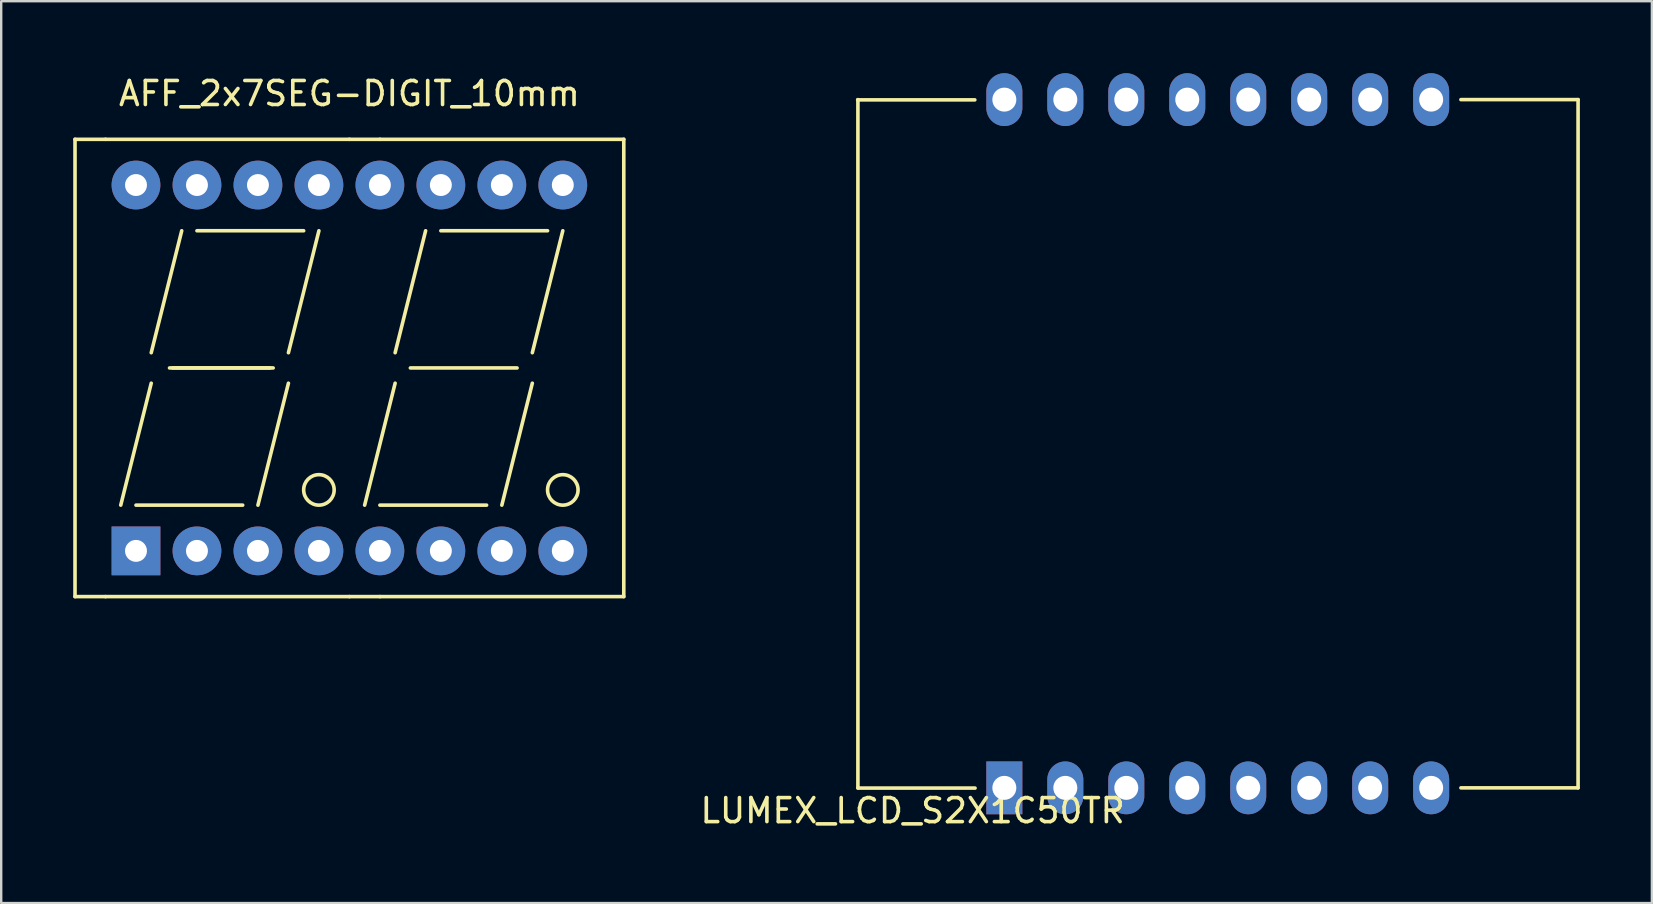
<source format=kicad_pcb>
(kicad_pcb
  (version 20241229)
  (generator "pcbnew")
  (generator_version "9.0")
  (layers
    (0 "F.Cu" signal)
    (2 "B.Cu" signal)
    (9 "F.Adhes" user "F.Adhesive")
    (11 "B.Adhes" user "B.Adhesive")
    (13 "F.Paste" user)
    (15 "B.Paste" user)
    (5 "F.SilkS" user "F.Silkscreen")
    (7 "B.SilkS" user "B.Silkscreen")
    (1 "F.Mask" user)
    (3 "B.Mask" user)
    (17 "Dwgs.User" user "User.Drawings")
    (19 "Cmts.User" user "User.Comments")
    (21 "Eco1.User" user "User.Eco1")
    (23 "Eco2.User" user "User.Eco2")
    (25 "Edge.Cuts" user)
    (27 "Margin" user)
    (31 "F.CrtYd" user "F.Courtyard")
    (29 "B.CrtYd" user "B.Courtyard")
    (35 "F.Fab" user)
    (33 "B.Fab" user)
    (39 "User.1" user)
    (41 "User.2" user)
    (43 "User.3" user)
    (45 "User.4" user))
  (footprint "LUMEX_LCD_S2X1C50TR"
    (layer "F.Cu")
    (at 47.688 14.45)
    (property "Reference" "LUMEX_LCD_S2X1C50TR" (at -12.72 16.27 0) (layer "F.SilkS") (effects (font (size 1 1) (thickness 0.15))))
    (attr through_hole)
    (fp_line (start -15.01 -13.34) (end -10.13 -13.34) (stroke (width 0.15) (type solid)) (layer "F.SilkS"))
    (fp_line (start -15 -13.35) (end -15 15.32) (stroke (width 0.15) (type solid)) (layer "F.SilkS"))
    (fp_line (start -15 15.33) (end -10.12 15.33) (stroke (width 0.15) (type solid)) (layer "F.SilkS"))
    (fp_line (start 10.12 -13.35) (end 15 -13.35) (stroke (width 0.15) (type solid)) (layer "F.SilkS"))
    (fp_line (start 10.12 15.32) (end 15 15.32) (stroke (width 0.15) (type solid)) (layer "F.SilkS"))
    (fp_line (start 15 -13.35) (end 15 15.32) (stroke (width 0.15) (type solid)) (layer "F.SilkS"))
    (pad "1" thru_hole rect (at -8.9 15.32) (size 1.5 2.2) (drill 1) (layers "*.Cu" "*.Mask"))
    (pad "2" thru_hole oval (at -6.36 15.32) (size 1.5 2.2) (drill 1) (layers "*.Cu" "*.Mask"))
    (pad "3" thru_hole oval (at -3.82 15.32) (size 1.5 2.2) (drill 1) (layers "*.Cu" "*.Mask"))
    (pad "4" thru_hole oval (at -1.28 15.32) (size 1.5 2.2) (drill 1) (layers "*.Cu" "*.Mask"))
    (pad "5" thru_hole oval (at 1.26 15.32) (size 1.5 2.2) (drill 1) (layers "*.Cu" "*.Mask"))
    (pad "6" thru_hole oval (at 3.8 15.32) (size 1.5 2.2) (drill 1) (layers "*.Cu" "*.Mask"))
    (pad "7" thru_hole oval (at 6.34 15.32) (size 1.5 2.2) (drill 1) (layers "*.Cu" "*.Mask"))
    (pad "8" thru_hole oval (at 8.88 15.32) (size 1.5 2.2) (drill 1) (layers "*.Cu" "*.Mask"))
    (pad "9" thru_hole oval (at 8.88 -13.35) (size 1.5 2.2) (drill 1) (layers "*.Cu" "*.Mask"))
    (pad "10" thru_hole oval (at 6.34 -13.35) (size 1.5 2.2) (drill 1) (layers "*.Cu" "*.Mask"))
    (pad "11" thru_hole oval (at 3.8 -13.35) (size 1.5 2.2) (drill 1) (layers "*.Cu" "*.Mask"))
    (pad "12" thru_hole oval (at 1.26 -13.35) (size 1.5 2.2) (drill 1) (layers "*.Cu" "*.Mask"))
    (pad "13" thru_hole oval (at -1.28 -13.35) (size 1.5 2.2) (drill 1) (layers "*.Cu" "*.Mask"))
    (pad "14" thru_hole oval (at -3.82 -13.35) (size 1.5 2.2) (drill 1) (layers "*.Cu" "*.Mask"))
    (pad "15" thru_hole oval (at -6.36 -13.35) (size 1.5 2.2) (drill 1) (layers "*.Cu" "*.Mask"))
    (pad "16" thru_hole oval (at -8.9 -13.35) (size 1.5 2.2) (drill 1) (layers "*.Cu" "*.Mask")))
  (footprint "AFF_2x7SEG-DIGIT_10mm"
    (layer "F.Cu")
    (at 11.505 12.278)
    (property "Reference" "AFF_2x7SEG-DIGIT_10mm" (at 0 -11.43 0) (layer "F.SilkS") (effects (font (size 1 1) (thickness 0.15))))
    (attr through_hole)
    (fp_line (start -11.43 -9.525) (end -11.43 9.525) (stroke (width 0.15) (type solid)) (layer "F.SilkS"))
    (fp_line (start -11.43 9.525) (end -10.16 9.525) (stroke (width 0.15) (type solid)) (layer "F.SilkS"))
    (fp_line (start -10.16 -9.525) (end -11.43 -9.525) (stroke (width 0.15) (type solid)) (layer "F.SilkS"))
    (fp_line (start -10.16 9.525) (end 0 9.525) (stroke (width 0.15) (type solid)) (layer "F.SilkS"))
    (fp_line (start -8.89 5.715) (end -4.445 5.715) (stroke (width 0.15) (type solid)) (layer "F.SilkS"))
    (fp_line (start -8.255 -0.635) (end -6.985 -5.715) (stroke (width 0.15) (type solid)) (layer "F.SilkS"))
    (fp_line (start -8.255 0.635) (end -9.525 5.715) (stroke (width 0.15) (type solid)) (layer "F.SilkS"))
    (fp_line (start -7.493 0) (end -3.175 0) (stroke (width 0.15) (type solid)) (layer "F.SilkS"))
    (fp_line (start -7.366 0) (end -3.302 0) (stroke (width 0.15) (type solid)) (layer "F.SilkS"))
    (fp_line (start -6.35 -5.715) (end -1.905 -5.715) (stroke (width 0.15) (type solid)) (layer "F.SilkS"))
    (fp_line (start -2.54 -0.635) (end -1.27 -5.715) (stroke (width 0.15) (type solid)) (layer "F.SilkS"))
    (fp_line (start -2.54 0.635) (end -3.81 5.715) (stroke (width 0.15) (type solid)) (layer "F.SilkS"))
    (fp_line (start 0 -9.525) (end -10.16 -9.525) (stroke (width 0.15) (type solid)) (layer "F.SilkS"))
    (fp_line (start 0 9.525) (end 1.27 9.525) (stroke (width 0.15) (type solid)) (layer "F.SilkS"))
    (fp_line (start 0.635 5.715) (end 1.905 0.635) (stroke (width 0.15) (type solid)) (layer "F.SilkS"))
    (fp_line (start 1.27 -9.525) (end 0 -9.525) (stroke (width 0.15) (type solid)) (layer "F.SilkS"))
    (fp_line (start 1.27 -9.525) (end 11.43 -9.525) (stroke (width 0.15) (type solid)) (layer "F.SilkS"))
    (fp_line (start 1.27 5.715) (end 5.715 5.715) (stroke (width 0.15) (type solid)) (layer "F.SilkS"))
    (fp_line (start 1.905 -0.635) (end 3.175 -5.715) (stroke (width 0.15) (type solid)) (layer "F.SilkS"))
    (fp_line (start 2.54 0) (end 6.985 0) (stroke (width 0.15) (type solid)) (layer "F.SilkS"))
    (fp_line (start 3.81 -5.715) (end 8.255 -5.715) (stroke (width 0.15) (type solid)) (layer "F.SilkS"))
    (fp_line (start 7.62 -0.635) (end 8.89 -5.715) (stroke (width 0.15) (type solid)) (layer "F.SilkS"))
    (fp_line (start 7.62 0.635) (end 6.35 5.715) (stroke (width 0.15) (type solid)) (layer "F.SilkS"))
    (fp_line (start 11.43 -9.525) (end 11.43 9.525) (stroke (width 0.15) (type solid)) (layer "F.SilkS"))
    (fp_line (start 11.43 9.525) (end 1.27 9.525) (stroke (width 0.15) (type solid)) (layer "F.SilkS"))
    (fp_circle (center -1.27 5.08) (end -0.635 5.08) (stroke (width 0.15) (type solid)) (fill no) (layer "F.SilkS"))
    (fp_circle (center 8.89 5.08) (end 9.525 5.08) (stroke (width 0.15) (type solid)) (fill no) (layer "F.SilkS"))
    (pad "1" thru_hole rect (at -8.89 7.62) (size 2.032 2.032) (drill 0.914) (layers "*.Cu" "*.Mask"))
    (pad "2" thru_hole circle (at -6.35 7.62) (size 2.032 2.032) (drill 0.914) (layers "*.Cu" "*.Mask"))
    (pad "3" thru_hole circle (at -3.81 7.62) (size 2.032 2.032) (drill 0.914) (layers "*.Cu" "*.Mask"))
    (pad "4" thru_hole circle (at -1.27 7.62) (size 2.032 2.032) (drill 0.914) (layers "*.Cu" "*.Mask"))
    (pad "5" thru_hole circle (at 1.27 7.62) (size 2.032 2.032) (drill 0.914) (layers "*.Cu" "*.Mask"))
    (pad "6" thru_hole circle (at 3.81 7.62) (size 2.032 2.032) (drill 0.914) (layers "*.Cu" "*.Mask"))
    (pad "7" thru_hole circle (at 6.35 7.62) (size 2.032 2.032) (drill 0.914) (layers "*.Cu" "*.Mask"))
    (pad "8" thru_hole circle (at 8.89 7.62) (size 2.032 2.032) (drill 0.914) (layers "*.Cu" "*.Mask"))
    (pad "9" thru_hole circle (at 8.89 -7.62) (size 2.032 2.032) (drill 0.914) (layers "*.Cu" "*.Mask"))
    (pad "10" thru_hole circle (at 6.35 -7.62) (size 2.032 2.032) (drill 0.914) (layers "*.Cu" "*.Mask"))
    (pad "11" thru_hole circle (at 3.81 -7.62) (size 2.032 2.032) (drill 0.914) (layers "*.Cu" "*.Mask"))
    (pad "12" thru_hole circle (at 1.27 -7.62) (size 2.032 2.032) (drill 0.914) (layers "*.Cu" "*.Mask"))
    (pad "13" thru_hole circle (at -1.27 -7.62) (size 2.032 2.032) (drill 0.914) (layers "*.Cu" "*.Mask"))
    (pad "14" thru_hole circle (at -3.81 -7.62) (size 2.032 2.032) (drill 0.914) (layers "*.Cu" "*.Mask"))
    (pad "15" thru_hole circle (at -6.35 -7.62) (size 2.032 2.032) (drill 0.914) (layers "*.Cu" "*.Mask"))
    (pad "16" thru_hole circle (at -8.89 -7.62) (size 2.032 2.032) (drill 0.914) (layers "*.Cu" "*.Mask")))
  (gr_rect
    (start -3 -3)
    (end 65.763 34.568)
    (stroke (width 0.1) (type default))
    (fill no)
    (layer "Edge.Cuts")))
</source>
